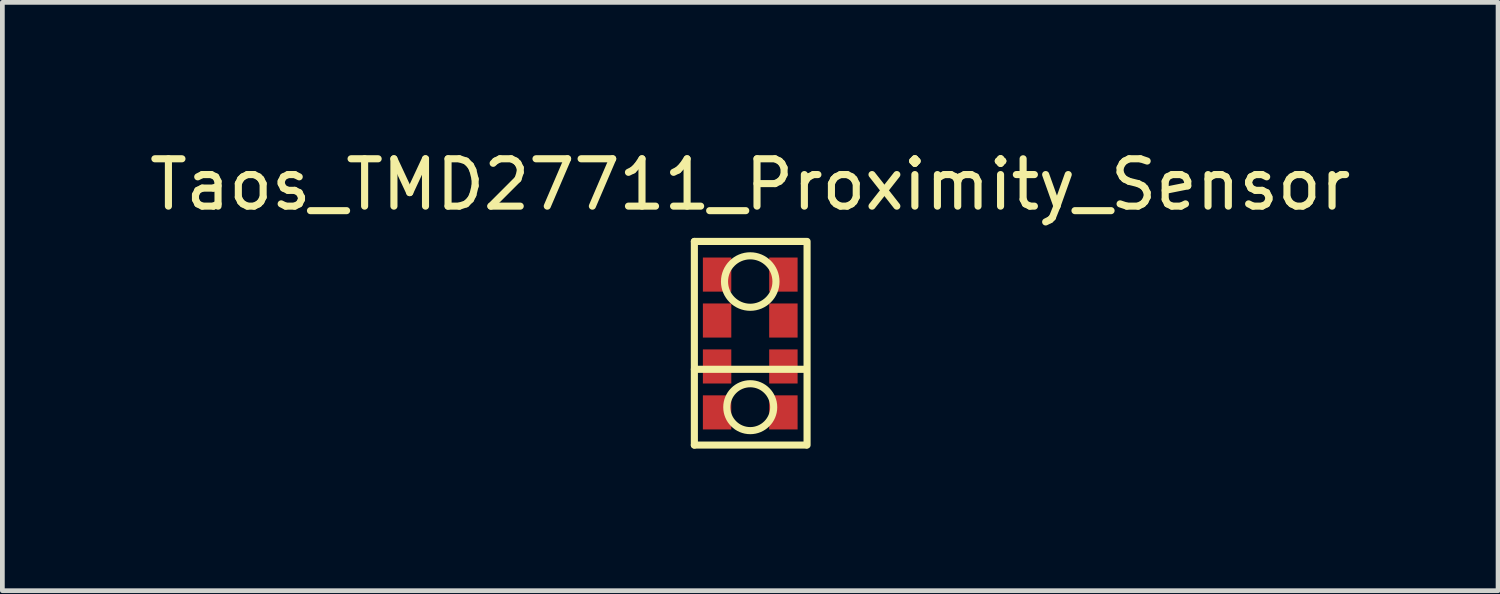
<source format=kicad_pcb>
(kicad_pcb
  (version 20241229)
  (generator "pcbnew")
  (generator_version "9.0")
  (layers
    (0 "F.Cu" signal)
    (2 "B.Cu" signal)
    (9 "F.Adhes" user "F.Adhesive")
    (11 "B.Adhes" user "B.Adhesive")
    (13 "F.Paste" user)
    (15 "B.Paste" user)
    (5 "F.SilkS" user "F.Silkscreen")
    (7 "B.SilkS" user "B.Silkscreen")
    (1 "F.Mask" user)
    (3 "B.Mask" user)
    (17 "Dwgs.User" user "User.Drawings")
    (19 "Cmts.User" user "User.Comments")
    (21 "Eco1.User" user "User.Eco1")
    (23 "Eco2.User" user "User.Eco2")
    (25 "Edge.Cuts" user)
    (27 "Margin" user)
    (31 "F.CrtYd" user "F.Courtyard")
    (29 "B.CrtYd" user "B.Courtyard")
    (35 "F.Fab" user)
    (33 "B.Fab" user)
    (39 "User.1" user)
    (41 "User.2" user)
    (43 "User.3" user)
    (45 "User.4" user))
  (footprint "Taos_TMD27711_Proximity_Sensor"
    (layer "F.Cu")
    (at 12.792 2.748)
    (property "Reference" "Taos_TMD27711_Proximity_Sensor" (at 0 -1.9 0) (layer "F.SilkS") (effects (font (size 1 1) (thickness 0.15))))
    (attr through_hole)
    (fp_line (start -1.18 -0.7) (end -1.18 3.6) (stroke (width 0.15) (type solid)) (layer "F.SilkS"))
    (fp_line (start -1.18 -0.7) (end 1.18 -0.7) (stroke (width 0.15) (type solid)) (layer "F.SilkS"))
    (fp_line (start -1.18 2) (end 1.18 2) (stroke (width 0.15) (type solid)) (layer "F.SilkS"))
    (fp_line (start -1.18 3.6) (end 1.18 3.6) (stroke (width 0.15) (type solid)) (layer "F.SilkS"))
    (fp_line (start 1.2 -0.7) (end 1.2 3.6) (stroke (width 0.15) (type solid)) (layer "F.SilkS"))
    (fp_circle (center 0 0.147) (end 0.3 0.6) (stroke (width 0.15) (type solid)) (fill no) (layer "F.SilkS"))
    (fp_circle (center 0 2.8) (end 0.2 3.253) (stroke (width 0.15) (type solid)) (fill no) (layer "F.SilkS"))
    (pad "1" smd rect (at -0.7 0) (size 0.6 0.72) (layers "F.Cu" "F.Mask" "F.Paste"))
    (pad "2" smd rect (at -0.7 0.97) (size 0.6 0.72) (layers "F.Cu" "F.Mask" "F.Paste"))
    (pad "3" smd rect (at -0.7 1.94) (size 0.6 0.72) (layers "F.Cu" "F.Mask" "F.Paste"))
    (pad "4" smd rect (at -0.7 2.91) (size 0.6 0.72) (layers "F.Cu" "F.Mask" "F.Paste"))
    (pad "5" smd rect (at 0.7 2.91) (size 0.6 0.72) (layers "F.Cu" "F.Mask" "F.Paste"))
    (pad "6" smd rect (at 0.7 1.94) (size 0.6 0.72) (layers "F.Cu" "F.Mask" "F.Paste"))
    (pad "7" smd rect (at 0.7 0.97) (size 0.6 0.72) (layers "F.Cu" "F.Mask" "F.Paste"))
    (pad "8" smd rect (at 0.7 0) (size 0.6 0.72) (layers "F.Cu" "F.Mask" "F.Paste")))
  (gr_rect
    (start -3 -3)
    (end 28.583 9.423)
    (stroke (width 0.1) (type default))
    (fill no)
    (layer "Edge.Cuts")))
</source>
